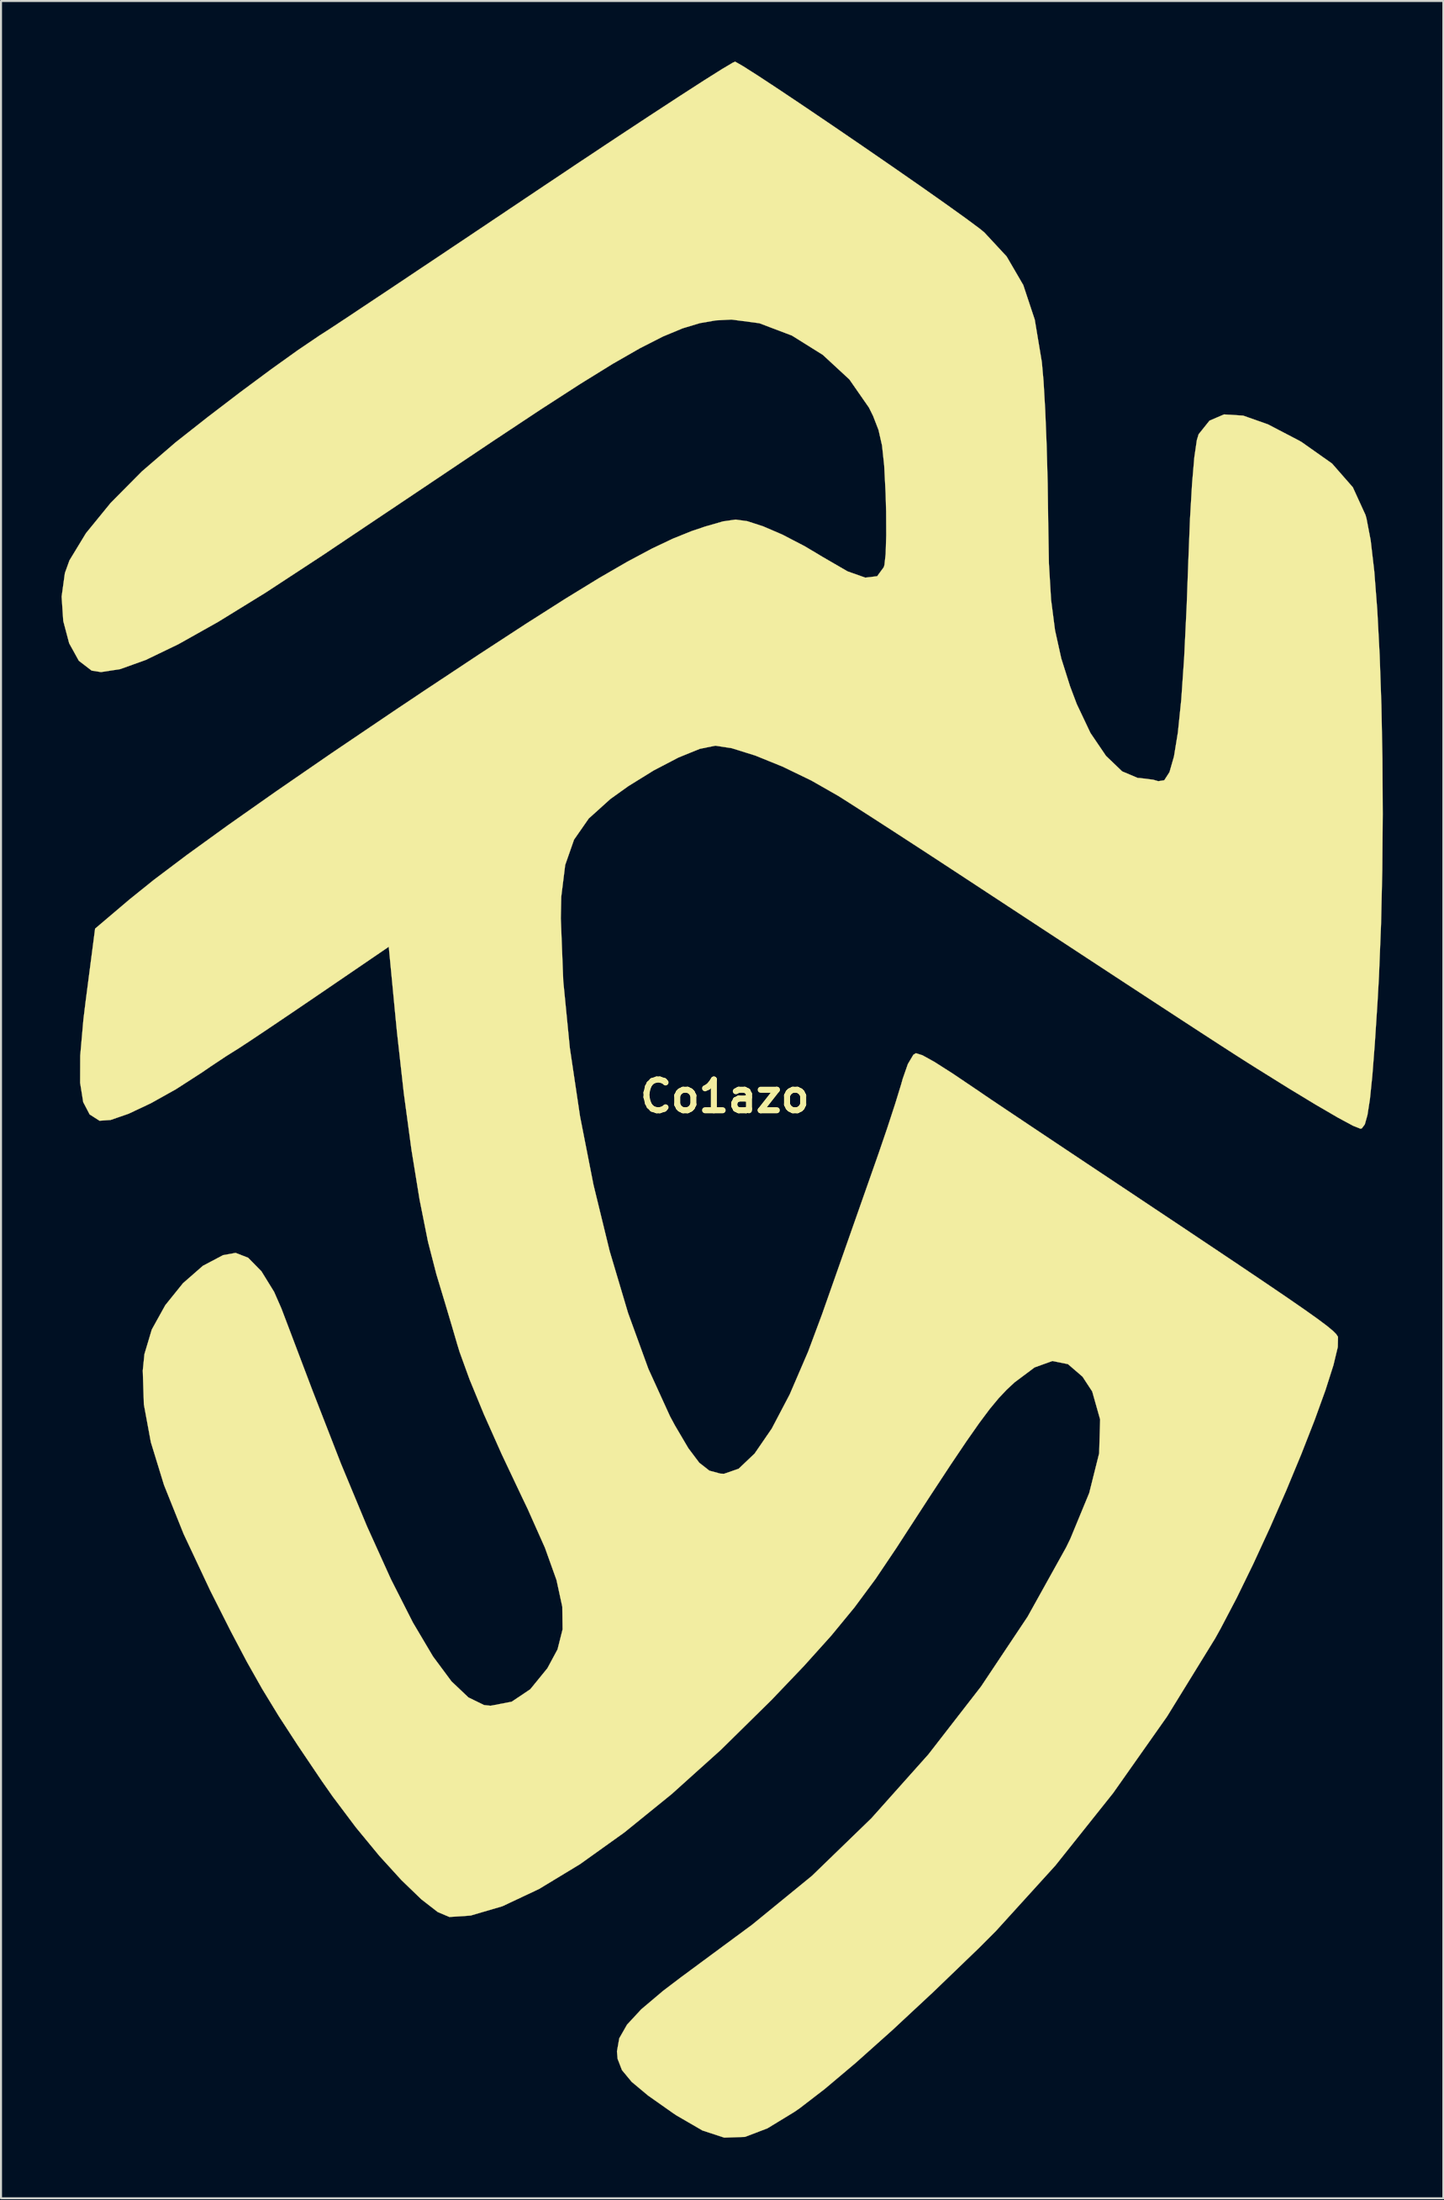
<source format=kicad_pcb>
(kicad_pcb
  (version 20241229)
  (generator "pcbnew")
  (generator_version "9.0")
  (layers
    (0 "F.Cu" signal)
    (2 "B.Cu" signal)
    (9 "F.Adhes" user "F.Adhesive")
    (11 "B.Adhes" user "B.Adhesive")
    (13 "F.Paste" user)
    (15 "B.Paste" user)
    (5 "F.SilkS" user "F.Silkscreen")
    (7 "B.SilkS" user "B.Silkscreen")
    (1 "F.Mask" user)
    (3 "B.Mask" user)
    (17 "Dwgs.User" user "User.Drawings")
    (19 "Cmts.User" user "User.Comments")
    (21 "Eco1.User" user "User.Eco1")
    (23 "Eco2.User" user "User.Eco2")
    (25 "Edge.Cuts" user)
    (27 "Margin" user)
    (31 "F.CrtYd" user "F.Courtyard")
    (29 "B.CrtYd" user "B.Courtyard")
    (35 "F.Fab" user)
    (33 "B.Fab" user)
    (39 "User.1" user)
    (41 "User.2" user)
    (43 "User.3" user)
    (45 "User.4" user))
  (footprint "Co1azo"
    (layer "F.Cu")
    (at 32.879 51.285)
    (property "Reference" "Co1azo" (at 0 0 0) (layer "F.SilkS") (effects (font (size 1.524 1.524) (thickness 0.3))))
    (attr through_hole)
    (fp_poly (pts (xy 0.912 -51.05) (xy 1.675 -50.564) (xy 2.727 -49.871) (xy 3.993 -49.023) (xy 5.399 -48.071) (xy 6.871 -47.065) (xy 8.334 -46.057) (xy 9.714 -45.098) (xy 10.937 -44.237) (xy 11.928 -43.527) (xy 12.614 -43.018) (xy 12.857 -42.822) (xy 13.969 -41.624) (xy 14.793 -40.209) (xy 15.363 -38.491) (xy 15.714 -36.386) (xy 15.798 -35.44) (xy 15.881 -34.003) (xy 15.952 -32.249) (xy 16.003 -30.396) (xy 16.026 -28.66) (xy 16.027 -28.591) (xy 16.064 -26.403) (xy 16.171 -24.615) (xy 16.368 -23.094) (xy 16.676 -21.705) (xy 17.115 -20.316) (xy 17.444 -19.443) (xy 18.124 -18.008) (xy 18.895 -16.872) (xy 19.695 -16.106) (xy 20.463 -15.781) (xy 20.575 -15.775) (xy 21.234 -15.692) (xy 21.485 -15.619) (xy 21.781 -15.665) (xy 22.04 -16.066) (xy 22.264 -16.847) (xy 22.458 -18.037) (xy 22.625 -19.661) (xy 22.769 -21.747) (xy 22.894 -24.321) (xy 22.973 -26.469) (xy 23.058 -28.61) (xy 23.16 -30.358) (xy 23.273 -31.675) (xy 23.397 -32.523) (xy 23.485 -32.813) (xy 24.024 -33.487) (xy 24.743 -33.796) (xy 25.692 -33.737) (xy 26.919 -33.305) (xy 28.469 -32.497) (xy 28.599 -32.421) (xy 30.098 -31.363) (xy 31.129 -30.186) (xy 31.757 -28.813) (xy 31.807 -28.635) (xy 32.013 -27.558) (xy 32.192 -26.02) (xy 32.341 -24.095) (xy 32.459 -21.856) (xy 32.545 -19.377) (xy 32.596 -16.731) (xy 32.611 -13.992) (xy 32.589 -11.233) (xy 32.527 -8.528) (xy 32.424 -5.95) (xy 32.353 -4.679) (xy 32.218 -2.61) (xy 32.095 -1.022) (xy 31.976 0.138) (xy 31.854 0.924) (xy 31.723 1.39) (xy 31.574 1.588) (xy 31.507 1.604) (xy 31.148 1.462) (xy 30.396 1.058) (xy 29.302 0.421) (xy 27.921 -0.416) (xy 26.305 -1.423) (xy 25.751 -1.773) (xy 25.235 -2.103) (xy 24.582 -2.524) (xy 23.755 -3.06) (xy 22.719 -3.735) (xy 21.437 -4.572) (xy 19.873 -5.595) (xy 17.992 -6.828) (xy 15.755 -8.295) (xy 13.129 -10.018) (xy 11.497 -11.089) (xy 10.033 -12.047) (xy 8.586 -12.988) (xy 7.27 -13.839) (xy 6.199 -14.525) (xy 5.615 -14.895) (xy 4.282 -15.655) (xy 2.87 -16.338) (xy 1.512 -16.889) (xy 0.342 -17.254) (xy -0.476 -17.379) (xy -1.242 -17.222) (xy -2.299 -16.792) (xy -3.521 -16.155) (xy -4.784 -15.373) (xy -5.674 -14.736) (xy -6.745 -13.771) (xy -7.475 -12.721) (xy -7.913 -11.468) (xy -8.109 -9.893) (xy -8.131 -8.823) (xy -8.009 -5.71) (xy -7.684 -2.404) (xy -7.177 0.995) (xy -6.511 4.385) (xy -5.71 7.667) (xy -4.796 10.74) (xy -3.791 13.503) (xy -2.718 15.856) (xy -2.474 16.309) (xy -1.808 17.439) (xy -1.267 18.159) (xy -0.766 18.551) (xy -0.221 18.698) (xy -0.04 18.707) (xy 0.684 18.456) (xy 1.478 17.701) (xy 2.327 16.465) (xy 3.216 14.772) (xy 4.131 12.646) (xy 4.809 10.828) (xy 5.262 9.542) (xy 5.743 8.176) (xy 6.152 7.012) (xy 6.173 6.952) (xy 6.554 5.868) (xy 7.026 4.525) (xy 7.503 3.167) (xy 7.629 2.807) (xy 8.049 1.578) (xy 8.442 0.375) (xy 8.742 -0.601) (xy 8.817 -0.869) (xy 9.073 -1.603) (xy 9.345 -2.061) (xy 9.474 -2.139) (xy 9.796 -2.036) (xy 10.392 -1.706) (xy 11.311 -1.12) (xy 12.602 -0.249) (xy 12.834 -0.089) (xy 13.243 0.188) (xy 14.026 0.712) (xy 15.108 1.436) (xy 16.418 2.31) (xy 17.883 3.287) (xy 18.716 3.841) (xy 21.291 5.556) (xy 23.455 7) (xy 25.246 8.198) (xy 26.698 9.175) (xy 27.847 9.955) (xy 28.729 10.564) (xy 29.38 11.027) (xy 29.835 11.367) (xy 30.13 11.61) (xy 30.301 11.78) (xy 30.384 11.902) (xy 30.394 11.927) (xy 30.384 12.422) (xy 30.167 13.324) (xy 29.773 14.559) (xy 29.232 16.054) (xy 28.574 17.735) (xy 27.829 19.531) (xy 27.026 21.366) (xy 26.196 23.168) (xy 25.369 24.864) (xy 24.573 26.381) (xy 24.3 26.871) (xy 21.922 30.733) (xy 19.247 34.53) (xy 16.384 38.121) (xy 13.439 41.363) (xy 12.559 42.244) (xy 10.336 44.385) (xy 8.3 46.281) (xy 6.492 47.896) (xy 4.951 49.195) (xy 3.719 50.143) (xy 3.446 50.332) (xy 2.11 51.146) (xy 0.998 51.57) (xy -0.028 51.606) (xy -1.108 51.253) (xy -2.383 50.514) (xy -2.59 50.376) (xy -3.805 49.52) (xy -4.619 48.84) (xy -5.099 48.259) (xy -5.315 47.701) (xy -5.347 47.331) (xy -5.232 46.682) (xy -4.848 46.008) (xy -4.14 45.244) (xy -3.053 44.326) (xy -2.187 43.669) (xy -1.067 42.841) (xy 0.099 41.98) (xy 1.103 41.239) (xy 1.337 41.067) (xy 4.317 38.633) (xy 7.265 35.778) (xy 10.091 32.612) (xy 12.701 29.247) (xy 15.006 25.792) (xy 16.915 22.359) (xy 17.127 21.924) (xy 18.062 19.66) (xy 18.555 17.692) (xy 18.604 16.015) (xy 18.211 14.627) (xy 17.731 13.894) (xy 17.008 13.271) (xy 16.236 13.116) (xy 15.354 13.434) (xy 14.367 14.171) (xy 13.972 14.538) (xy 13.575 14.959) (xy 13.136 15.488) (xy 12.619 16.179) (xy 11.983 17.086) (xy 11.19 18.264) (xy 10.201 19.768) (xy 8.978 21.65) (xy 8.506 22.379) (xy 7.472 23.916) (xy 6.43 25.323) (xy 5.279 26.722) (xy 3.92 28.233) (xy 2.316 29.913) (xy -0.197 32.387) (xy -2.641 34.585) (xy -4.981 36.482) (xy -7.183 38.056) (xy -9.209 39.283) (xy -11.027 40.139) (xy -12.6 40.6) (xy -13.655 40.67) (xy -14.232 40.425) (xy -15.043 39.796) (xy -16.028 38.846) (xy -17.129 37.637) (xy -18.287 36.232) (xy -19.442 34.695) (xy -19.991 33.91) (xy -21.166 32.168) (xy -22.116 30.706) (xy -22.929 29.374) (xy -23.693 28.022) (xy -24.497 26.498) (xy -25.428 24.653) (xy -25.522 24.464) (xy -26.828 21.685) (xy -27.8 19.26) (xy -28.452 17.137) (xy -28.798 15.264) (xy -28.852 13.59) (xy -28.769 12.774) (xy -28.405 11.557) (xy -27.736 10.35) (xy -26.859 9.262) (xy -25.873 8.399) (xy -24.873 7.871) (xy -24.251 7.758) (xy -23.63 7.999) (xy -22.969 8.672) (xy -22.343 9.687) (xy -21.984 10.504) (xy -21.656 11.367) (xy -21.211 12.542) (xy -20.718 13.843) (xy -20.442 14.572) (xy -19.033 18.193) (xy -17.738 21.309) (xy -16.551 23.932) (xy -15.462 26.078) (xy -14.465 27.76) (xy -13.55 28.993) (xy -12.71 29.79) (xy -11.937 30.167) (xy -11.612 30.203) (xy -10.565 30.002) (xy -9.645 29.386) (xy -8.795 28.343) (xy -8.292 27.408) (xy -8.042 26.417) (xy -8.056 25.296) (xy -8.343 23.973) (xy -8.915 22.375) (xy -9.781 20.431) (xy -10.027 19.919) (xy -11.058 17.741) (xy -11.945 15.75) (xy -12.653 14.03) (xy -13.148 12.665) (xy -13.26 12.299) (xy -13.503 11.469) (xy -13.839 10.339) (xy -14.206 9.121) (xy -14.296 8.823) (xy -14.715 7.199) (xy -15.132 5.113) (xy -15.534 2.64) (xy -15.911 -0.147) (xy -16.25 -3.174) (xy -16.335 -4.041) (xy -16.658 -7.414) (xy -20.231 -4.977) (xy -21.475 -4.132) (xy -22.591 -3.379) (xy -23.491 -2.777) (xy -24.089 -2.385) (xy -24.268 -2.273) (xy -24.748 -1.971) (xy -25.467 -1.493) (xy -25.935 -1.173) (xy -27.206 -0.354) (xy -28.449 0.341) (xy -29.562 0.865) (xy -30.445 1.17) (xy -30.997 1.209) (xy -30.998 1.208) (xy -31.486 0.895) (xy -31.804 0.286) (xy -31.957 -0.669) (xy -31.952 -2.018) (xy -31.794 -3.813) (xy -31.688 -4.678) (xy -31.215 -8.312) (xy -29.512 -9.757) (xy -28.301 -10.731) (xy -26.665 -11.964) (xy -24.632 -13.435) (xy -22.232 -15.123) (xy -19.496 -17.007) (xy -16.452 -19.065) (xy -14.839 -20.144) (xy -12.149 -21.926) (xy -9.848 -23.426) (xy -7.891 -24.671) (xy -6.231 -25.688) (xy -4.82 -26.504) (xy -3.614 -27.147) (xy -2.565 -27.644) (xy -1.627 -28.021) (xy -0.982 -28.238) (xy -0.086 -28.496) (xy 0.535 -28.585) (xy 1.113 -28.505) (xy 1.879 -28.257) (xy 1.91 -28.245) (xy 2.85 -27.841) (xy 3.964 -27.262) (xy 4.872 -26.72) (xy 6.081 -26.019) (xy 6.962 -25.707) (xy 7.55 -25.777) (xy 7.879 -26.226) (xy 7.912 -26.338) (xy 7.972 -26.879) (xy 8 -27.808) (xy 7.995 -28.98) (xy 7.97 -29.88) (xy 7.9 -31.258) (xy 7.793 -32.255) (xy 7.619 -33.024) (xy 7.35 -33.719) (xy 7.146 -34.132) (xy 6.175 -35.529) (xy 4.856 -36.748) (xy 3.323 -37.706) (xy 1.71 -38.316) (xy 0.331 -38.498) (xy -0.444 -38.457) (xy -1.234 -38.321) (xy -2.089 -38.064) (xy -3.061 -37.66) (xy -4.2 -37.081) (xy -5.559 -36.302) (xy -7.186 -35.296) (xy -9.135 -34.037) (xy -11.456 -32.499) (xy -12.032 -32.113) (xy -13.716 -30.984) (xy -15.479 -29.802) (xy -17.193 -28.654) (xy -18.729 -27.625) (xy -19.96 -26.8) (xy -20.053 -26.739) (xy -22.779 -24.954) (xy -25.119 -23.513) (xy -27.087 -22.408) (xy -28.7 -21.63) (xy -29.973 -21.173) (xy -30.923 -21.027) (xy -31.386 -21.1) (xy -32.021 -21.587) (xy -32.5 -22.453) (xy -32.793 -23.559) (xy -32.874 -24.766) (xy -32.713 -25.932) (xy -32.486 -26.563) (xy -31.667 -27.911) (xy -30.445 -29.409) (xy -28.898 -30.97) (xy -27.227 -32.41) (xy -25.639 -33.66) (xy -24.027 -34.892) (xy -22.494 -36.029) (xy -21.144 -36.995) (xy -20.08 -37.715) (xy -19.894 -37.833) (xy -19.494 -38.092) (xy -18.7 -38.616) (xy -17.564 -39.372) (xy -16.135 -40.324) (xy -14.464 -41.44) (xy -12.601 -42.686) (xy -10.598 -44.028) (xy -9.352 -44.863) (xy -7.321 -46.221) (xy -5.426 -47.48) (xy -3.714 -48.608) (xy -2.23 -49.577) (xy -1.021 -50.357) (xy -0.132 -50.916) (xy 0.39 -51.226) (xy 0.512 -51.28) (xy 0.912 -51.05)) (stroke (width 0.01) (type solid)) (fill yes) (layer "F.SilkS")))
  (gr_rect
    (start -3 -3)
    (end 68.495 105.896)
    (stroke (width 0.1) (type default))
    (fill no)
    (layer "Edge.Cuts")))
</source>
